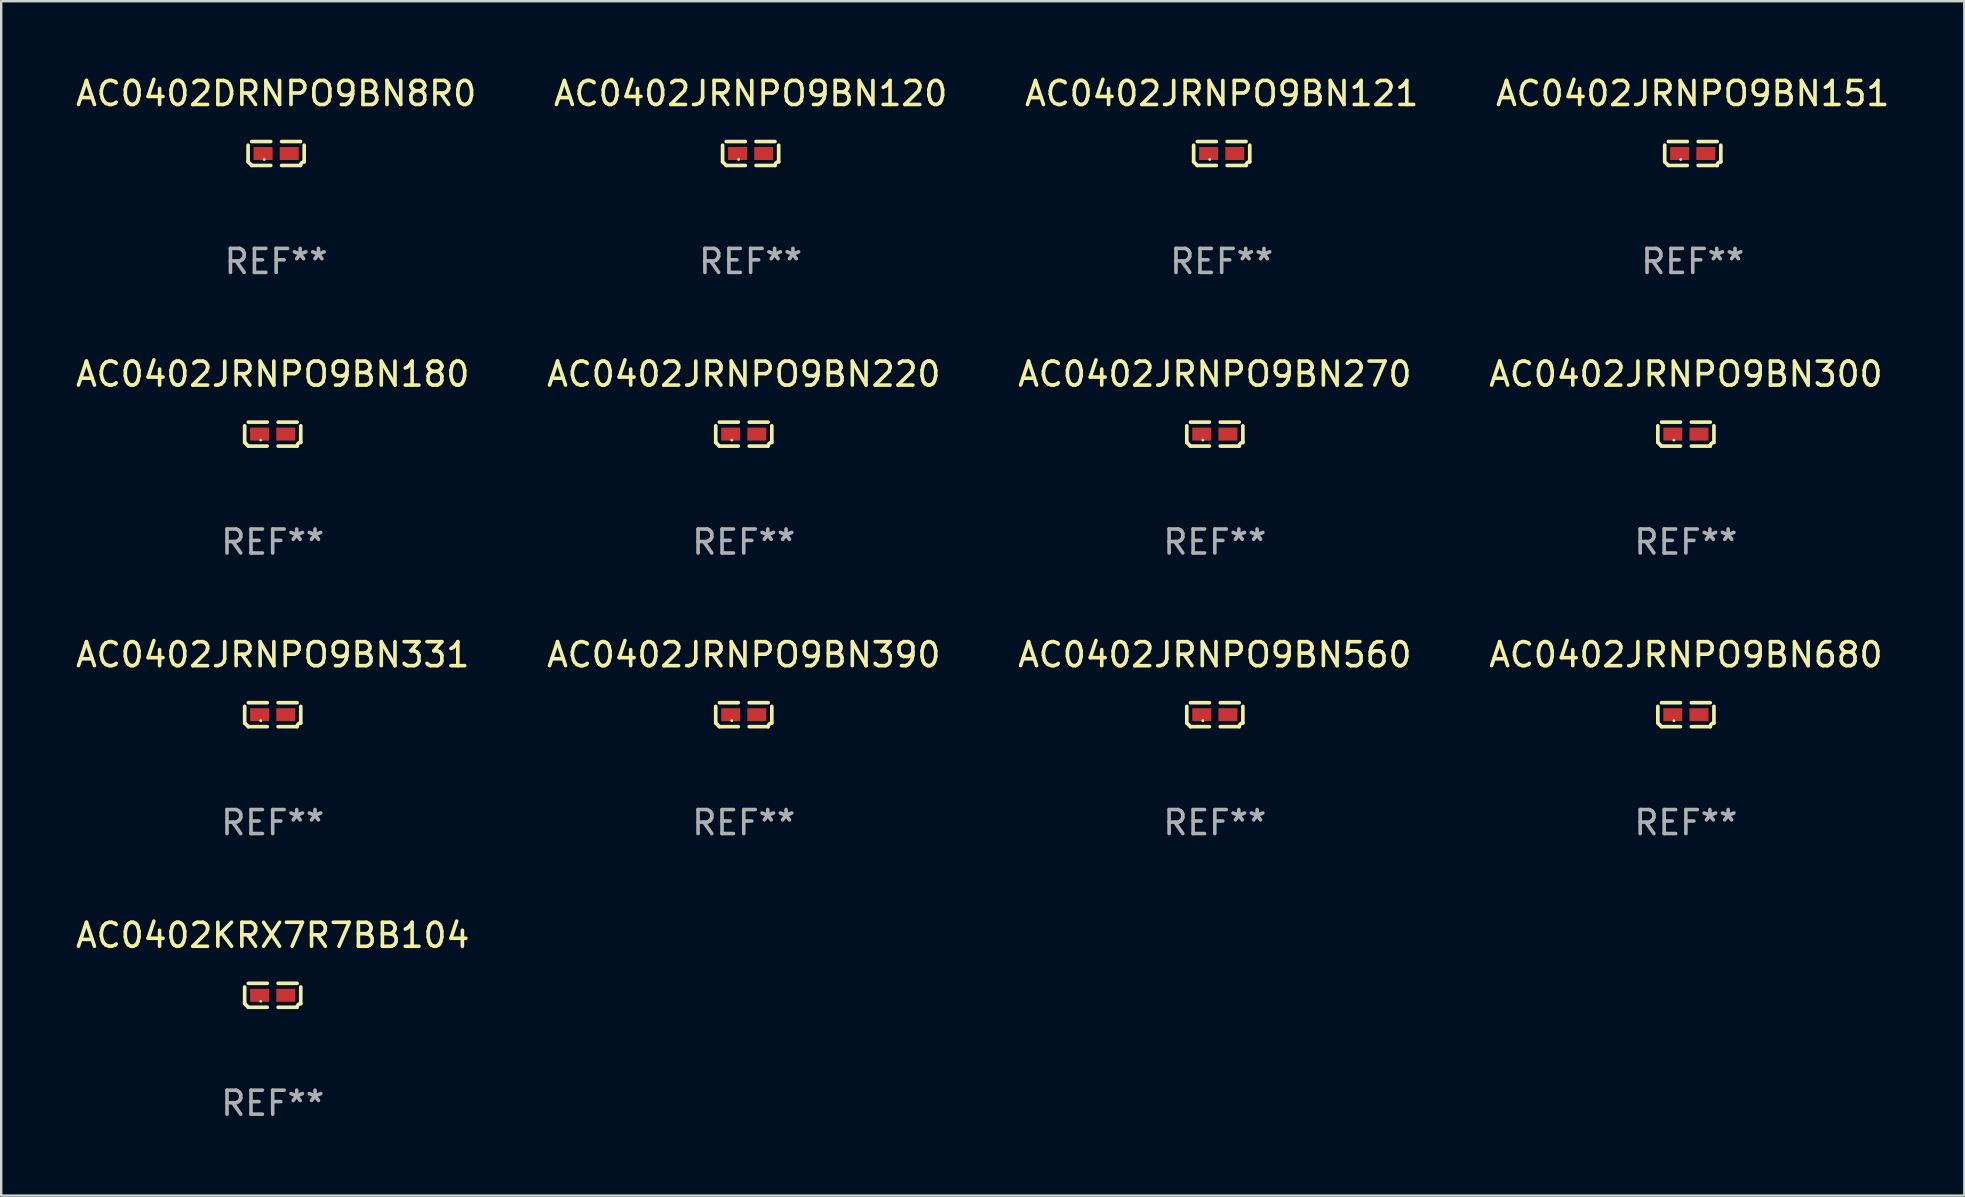
<source format=kicad_pcb>
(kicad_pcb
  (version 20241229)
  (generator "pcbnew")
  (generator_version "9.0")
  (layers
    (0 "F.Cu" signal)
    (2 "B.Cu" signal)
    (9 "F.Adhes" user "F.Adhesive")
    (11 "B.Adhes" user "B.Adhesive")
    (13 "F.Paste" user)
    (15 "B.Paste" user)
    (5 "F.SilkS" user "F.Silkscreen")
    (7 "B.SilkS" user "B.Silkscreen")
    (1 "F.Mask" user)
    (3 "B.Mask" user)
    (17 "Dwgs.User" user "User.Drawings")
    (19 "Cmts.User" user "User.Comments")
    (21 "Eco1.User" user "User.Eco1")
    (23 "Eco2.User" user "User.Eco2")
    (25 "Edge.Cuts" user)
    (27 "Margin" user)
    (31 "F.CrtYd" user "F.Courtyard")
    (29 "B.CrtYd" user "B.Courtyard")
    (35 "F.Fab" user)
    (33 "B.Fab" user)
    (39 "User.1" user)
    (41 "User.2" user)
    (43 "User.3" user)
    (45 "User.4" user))
  (footprint "AC0402JRNPO9BN121"
    (layer "F.Cu")
    (at 47.863 3.347)
    (property "Reference" "AC0402JRNPO9BN121" (at 0 -2.499 0) (layer "F.SilkS") (effects (font (size 1 1) (thickness 0.15))))
    (attr through_hole)
    (fp_line (start -1.169 0.346) (end -1.169 -0.346) (stroke (width 0.152) (type solid)) (layer "F.SilkS"))
    (fp_line (start -1.016 -0.499) (end -0.226 -0.499) (stroke (width 0.152) (type solid)) (layer "F.SilkS"))
    (fp_line (start -0.226 0.499) (end -1.016 0.499) (stroke (width 0.152) (type solid)) (layer "F.SilkS"))
    (fp_line (start 0.226 0.499) (end 1.016 0.499) (stroke (width 0.152) (type solid)) (layer "F.SilkS"))
    (fp_line (start 1.016 -0.499) (end 0.226 -0.499) (stroke (width 0.152) (type solid)) (layer "F.SilkS"))
    (fp_line (start 1.169 0.346) (end 1.169 -0.346) (stroke (width 0.152) (type solid)) (layer "F.SilkS"))
    (fp_arc (start -1.016307 0.498603) (mid -1.092512 0.422405) (end -1.16871 0.3462) (stroke (width 0.1524) (type solid)) (layer "F.SilkS"))
    (fp_arc (start 1.016307 0.498603) (mid 1.060899 0.390758) (end 1.168707 0.346076) (stroke (width 0.1524) (type solid)) (layer "F.SilkS"))
    (fp_circle (center -0.5 0.25) (end -0.47 0.25) (stroke (width 0.06) (type solid)) (fill no) (layer "F.SilkS"))
    (fp_text user "REF**" (at 0 4.499 0) (layer "F.Fab") (effects (font (size 1 1) (thickness 0.15))))
    (pad "1" smd rect (at -0.545 0) (size 0.79 0.54) (layers "F.Cu" "F.Mask" "F.Paste"))
    (pad "2" smd rect (at 0.545 0) (size 0.79 0.54) (layers "F.Cu" "F.Mask" "F.Paste")))
  (footprint "AC0402JRNPO9BN220"
    (layer "F.Cu")
    (at 27.946 15.041)
    (property "Reference" "AC0402JRNPO9BN220" (at 0 -2.499 0) (layer "F.SilkS") (effects (font (size 1 1) (thickness 0.15))))
    (attr through_hole)
    (fp_line (start -1.169 0.346) (end -1.169 -0.346) (stroke (width 0.152) (type solid)) (layer "F.SilkS"))
    (fp_line (start -1.016 -0.499) (end -0.226 -0.499) (stroke (width 0.152) (type solid)) (layer "F.SilkS"))
    (fp_line (start -0.226 0.499) (end -1.016 0.499) (stroke (width 0.152) (type solid)) (layer "F.SilkS"))
    (fp_line (start 0.226 0.499) (end 1.016 0.499) (stroke (width 0.152) (type solid)) (layer "F.SilkS"))
    (fp_line (start 1.016 -0.499) (end 0.226 -0.499) (stroke (width 0.152) (type solid)) (layer "F.SilkS"))
    (fp_line (start 1.169 0.346) (end 1.169 -0.346) (stroke (width 0.152) (type solid)) (layer "F.SilkS"))
    (fp_arc (start -1.016307 0.498603) (mid -1.092512 0.422405) (end -1.16871 0.3462) (stroke (width 0.1524) (type solid)) (layer "F.SilkS"))
    (fp_arc (start 1.016307 0.498603) (mid 1.060899 0.390758) (end 1.168707 0.346076) (stroke (width 0.1524) (type solid)) (layer "F.SilkS"))
    (fp_circle (center -0.5 0.25) (end -0.47 0.25) (stroke (width 0.06) (type solid)) (fill no) (layer "F.SilkS"))
    (fp_text user "REF**" (at 0 4.499 0) (layer "F.Fab") (effects (font (size 1 1) (thickness 0.15))))
    (pad "1" smd rect (at -0.545 0) (size 0.79 0.54) (layers "F.Cu" "F.Mask" "F.Paste"))
    (pad "2" smd rect (at 0.545 0) (size 0.79 0.54) (layers "F.Cu" "F.Mask" "F.Paste")))
  (footprint "AC0402DRNPO9BN8R0"
    (layer "F.Cu")
    (at 8.458 3.347)
    (property "Reference" "AC0402DRNPO9BN8R0" (at 0 -2.499 0) (layer "F.SilkS") (effects (font (size 1 1) (thickness 0.15))))
    (attr through_hole)
    (fp_line (start -1.169 0.346) (end -1.169 -0.346) (stroke (width 0.152) (type solid)) (layer "F.SilkS"))
    (fp_line (start -1.016 -0.499) (end -0.226 -0.499) (stroke (width 0.152) (type solid)) (layer "F.SilkS"))
    (fp_line (start -0.226 0.499) (end -1.016 0.499) (stroke (width 0.152) (type solid)) (layer "F.SilkS"))
    (fp_line (start 0.226 0.499) (end 1.016 0.499) (stroke (width 0.152) (type solid)) (layer "F.SilkS"))
    (fp_line (start 1.016 -0.499) (end 0.226 -0.499) (stroke (width 0.152) (type solid)) (layer "F.SilkS"))
    (fp_line (start 1.169 0.346) (end 1.169 -0.346) (stroke (width 0.152) (type solid)) (layer "F.SilkS"))
    (fp_arc (start -1.016307 0.498603) (mid -1.092512 0.422405) (end -1.16871 0.3462) (stroke (width 0.1524) (type solid)) (layer "F.SilkS"))
    (fp_arc (start 1.016307 0.498603) (mid 1.060899 0.390758) (end 1.168707 0.346076) (stroke (width 0.1524) (type solid)) (layer "F.SilkS"))
    (fp_circle (center -0.5 0.25) (end -0.47 0.25) (stroke (width 0.06) (type solid)) (fill no) (layer "F.SilkS"))
    (fp_text user "REF**" (at 0 4.499 0) (layer "F.Fab") (effects (font (size 1 1) (thickness 0.15))))
    (pad "1" smd rect (at -0.545 0) (size 0.79 0.54) (layers "F.Cu" "F.Mask" "F.Paste"))
    (pad "2" smd rect (at 0.545 0) (size 0.79 0.54) (layers "F.Cu" "F.Mask" "F.Paste")))
  (footprint "AC0402JRNPO9BN331"
    (layer "F.Cu")
    (at 8.315 26.734)
    (property "Reference" "AC0402JRNPO9BN331" (at 0 -2.499 0) (layer "F.SilkS") (effects (font (size 1 1) (thickness 0.15))))
    (attr through_hole)
    (fp_line (start -1.169 0.346) (end -1.169 -0.346) (stroke (width 0.152) (type solid)) (layer "F.SilkS"))
    (fp_line (start -1.016 -0.499) (end -0.226 -0.499) (stroke (width 0.152) (type solid)) (layer "F.SilkS"))
    (fp_line (start -0.226 0.499) (end -1.016 0.499) (stroke (width 0.152) (type solid)) (layer "F.SilkS"))
    (fp_line (start 0.226 0.499) (end 1.016 0.499) (stroke (width 0.152) (type solid)) (layer "F.SilkS"))
    (fp_line (start 1.016 -0.499) (end 0.226 -0.499) (stroke (width 0.152) (type solid)) (layer "F.SilkS"))
    (fp_line (start 1.169 0.346) (end 1.169 -0.346) (stroke (width 0.152) (type solid)) (layer "F.SilkS"))
    (fp_arc (start -1.016307 0.498603) (mid -1.092512 0.422405) (end -1.16871 0.3462) (stroke (width 0.1524) (type solid)) (layer "F.SilkS"))
    (fp_arc (start 1.016307 0.498603) (mid 1.060899 0.390758) (end 1.168707 0.346076) (stroke (width 0.1524) (type solid)) (layer "F.SilkS"))
    (fp_circle (center -0.5 0.25) (end -0.47 0.25) (stroke (width 0.06) (type solid)) (fill no) (layer "F.SilkS"))
    (fp_text user "REF**" (at 0 4.499 0) (layer "F.Fab") (effects (font (size 1 1) (thickness 0.15))))
    (pad "1" smd rect (at -0.545 0) (size 0.79 0.54) (layers "F.Cu" "F.Mask" "F.Paste"))
    (pad "2" smd rect (at 0.545 0) (size 0.79 0.54) (layers "F.Cu" "F.Mask" "F.Paste")))
  (footprint "AC0402JRNPO9BN151"
    (layer "F.Cu")
    (at 67.494 3.347)
    (property "Reference" "AC0402JRNPO9BN151" (at 0 -2.499 0) (layer "F.SilkS") (effects (font (size 1 1) (thickness 0.15))))
    (attr through_hole)
    (fp_line (start -1.169 0.346) (end -1.169 -0.346) (stroke (width 0.152) (type solid)) (layer "F.SilkS"))
    (fp_line (start -1.016 -0.499) (end -0.226 -0.499) (stroke (width 0.152) (type solid)) (layer "F.SilkS"))
    (fp_line (start -0.226 0.499) (end -1.016 0.499) (stroke (width 0.152) (type solid)) (layer "F.SilkS"))
    (fp_line (start 0.226 0.499) (end 1.016 0.499) (stroke (width 0.152) (type solid)) (layer "F.SilkS"))
    (fp_line (start 1.016 -0.499) (end 0.226 -0.499) (stroke (width 0.152) (type solid)) (layer "F.SilkS"))
    (fp_line (start 1.169 0.346) (end 1.169 -0.346) (stroke (width 0.152) (type solid)) (layer "F.SilkS"))
    (fp_arc (start -1.016307 0.498603) (mid -1.092512 0.422405) (end -1.16871 0.3462) (stroke (width 0.1524) (type solid)) (layer "F.SilkS"))
    (fp_arc (start 1.016307 0.498603) (mid 1.060899 0.390758) (end 1.168707 0.346076) (stroke (width 0.1524) (type solid)) (layer "F.SilkS"))
    (fp_circle (center -0.5 0.25) (end -0.47 0.25) (stroke (width 0.06) (type solid)) (fill no) (layer "F.SilkS"))
    (fp_text user "REF**" (at 0 4.499 0) (layer "F.Fab") (effects (font (size 1 1) (thickness 0.15))))
    (pad "1" smd rect (at -0.545 0) (size 0.79 0.54) (layers "F.Cu" "F.Mask" "F.Paste"))
    (pad "2" smd rect (at 0.545 0) (size 0.79 0.54) (layers "F.Cu" "F.Mask" "F.Paste")))
  (footprint "AC0402JRNPO9BN680"
    (layer "F.Cu")
    (at 67.208 26.734)
    (property "Reference" "AC0402JRNPO9BN680" (at 0 -2.499 0) (layer "F.SilkS") (effects (font (size 1 1) (thickness 0.15))))
    (attr through_hole)
    (fp_line (start -1.169 0.346) (end -1.169 -0.346) (stroke (width 0.152) (type solid)) (layer "F.SilkS"))
    (fp_line (start -1.016 -0.499) (end -0.226 -0.499) (stroke (width 0.152) (type solid)) (layer "F.SilkS"))
    (fp_line (start -0.226 0.499) (end -1.016 0.499) (stroke (width 0.152) (type solid)) (layer "F.SilkS"))
    (fp_line (start 0.226 0.499) (end 1.016 0.499) (stroke (width 0.152) (type solid)) (layer "F.SilkS"))
    (fp_line (start 1.016 -0.499) (end 0.226 -0.499) (stroke (width 0.152) (type solid)) (layer "F.SilkS"))
    (fp_line (start 1.169 0.346) (end 1.169 -0.346) (stroke (width 0.152) (type solid)) (layer "F.SilkS"))
    (fp_arc (start -1.016307 0.498603) (mid -1.092512 0.422405) (end -1.16871 0.3462) (stroke (width 0.1524) (type solid)) (layer "F.SilkS"))
    (fp_arc (start 1.016307 0.498603) (mid 1.060899 0.390758) (end 1.168707 0.346076) (stroke (width 0.1524) (type solid)) (layer "F.SilkS"))
    (fp_circle (center -0.5 0.25) (end -0.47 0.25) (stroke (width 0.06) (type solid)) (fill no) (layer "F.SilkS"))
    (fp_text user "REF**" (at 0 4.499 0) (layer "F.Fab") (effects (font (size 1 1) (thickness 0.15))))
    (pad "1" smd rect (at -0.545 0) (size 0.79 0.54) (layers "F.Cu" "F.Mask" "F.Paste"))
    (pad "2" smd rect (at 0.545 0) (size 0.79 0.54) (layers "F.Cu" "F.Mask" "F.Paste")))
  (footprint "AC0402JRNPO9BN270"
    (layer "F.Cu")
    (at 47.577 15.041)
    (property "Reference" "AC0402JRNPO9BN270" (at 0 -2.499 0) (layer "F.SilkS") (effects (font (size 1 1) (thickness 0.15))))
    (attr through_hole)
    (fp_line (start -1.169 0.346) (end -1.169 -0.346) (stroke (width 0.152) (type solid)) (layer "F.SilkS"))
    (fp_line (start -1.016 -0.499) (end -0.226 -0.499) (stroke (width 0.152) (type solid)) (layer "F.SilkS"))
    (fp_line (start -0.226 0.499) (end -1.016 0.499) (stroke (width 0.152) (type solid)) (layer "F.SilkS"))
    (fp_line (start 0.226 0.499) (end 1.016 0.499) (stroke (width 0.152) (type solid)) (layer "F.SilkS"))
    (fp_line (start 1.016 -0.499) (end 0.226 -0.499) (stroke (width 0.152) (type solid)) (layer "F.SilkS"))
    (fp_line (start 1.169 0.346) (end 1.169 -0.346) (stroke (width 0.152) (type solid)) (layer "F.SilkS"))
    (fp_arc (start -1.016307 0.498603) (mid -1.092512 0.422405) (end -1.16871 0.3462) (stroke (width 0.1524) (type solid)) (layer "F.SilkS"))
    (fp_arc (start 1.016307 0.498603) (mid 1.060899 0.390758) (end 1.168707 0.346076) (stroke (width 0.1524) (type solid)) (layer "F.SilkS"))
    (fp_circle (center -0.5 0.25) (end -0.47 0.25) (stroke (width 0.06) (type solid)) (fill no) (layer "F.SilkS"))
    (fp_text user "REF**" (at 0 4.499 0) (layer "F.Fab") (effects (font (size 1 1) (thickness 0.15))))
    (pad "1" smd rect (at -0.545 0) (size 0.79 0.54) (layers "F.Cu" "F.Mask" "F.Paste"))
    (pad "2" smd rect (at 0.545 0) (size 0.79 0.54) (layers "F.Cu" "F.Mask" "F.Paste")))
  (footprint "AC0402JRNPO9BN390"
    (layer "F.Cu")
    (at 27.946 26.734)
    (property "Reference" "AC0402JRNPO9BN390" (at 0 -2.499 0) (layer "F.SilkS") (effects (font (size 1 1) (thickness 0.15))))
    (attr through_hole)
    (fp_line (start -1.169 0.346) (end -1.169 -0.346) (stroke (width 0.152) (type solid)) (layer "F.SilkS"))
    (fp_line (start -1.016 -0.499) (end -0.226 -0.499) (stroke (width 0.152) (type solid)) (layer "F.SilkS"))
    (fp_line (start -0.226 0.499) (end -1.016 0.499) (stroke (width 0.152) (type solid)) (layer "F.SilkS"))
    (fp_line (start 0.226 0.499) (end 1.016 0.499) (stroke (width 0.152) (type solid)) (layer "F.SilkS"))
    (fp_line (start 1.016 -0.499) (end 0.226 -0.499) (stroke (width 0.152) (type solid)) (layer "F.SilkS"))
    (fp_line (start 1.169 0.346) (end 1.169 -0.346) (stroke (width 0.152) (type solid)) (layer "F.SilkS"))
    (fp_arc (start -1.016307 0.498603) (mid -1.092512 0.422405) (end -1.16871 0.3462) (stroke (width 0.1524) (type solid)) (layer "F.SilkS"))
    (fp_arc (start 1.016307 0.498603) (mid 1.060899 0.390758) (end 1.168707 0.346076) (stroke (width 0.1524) (type solid)) (layer "F.SilkS"))
    (fp_circle (center -0.5 0.25) (end -0.47 0.25) (stroke (width 0.06) (type solid)) (fill no) (layer "F.SilkS"))
    (fp_text user "REF**" (at 0 4.499 0) (layer "F.Fab") (effects (font (size 1 1) (thickness 0.15))))
    (pad "1" smd rect (at -0.545 0) (size 0.79 0.54) (layers "F.Cu" "F.Mask" "F.Paste"))
    (pad "2" smd rect (at 0.545 0) (size 0.79 0.54) (layers "F.Cu" "F.Mask" "F.Paste")))
  (footprint "AC0402JRNPO9BN180"
    (layer "F.Cu")
    (at 8.315 15.041)
    (property "Reference" "AC0402JRNPO9BN180" (at 0 -2.499 0) (layer "F.SilkS") (effects (font (size 1 1) (thickness 0.15))))
    (attr through_hole)
    (fp_line (start -1.169 0.346) (end -1.169 -0.346) (stroke (width 0.152) (type solid)) (layer "F.SilkS"))
    (fp_line (start -1.016 -0.499) (end -0.226 -0.499) (stroke (width 0.152) (type solid)) (layer "F.SilkS"))
    (fp_line (start -0.226 0.499) (end -1.016 0.499) (stroke (width 0.152) (type solid)) (layer "F.SilkS"))
    (fp_line (start 0.226 0.499) (end 1.016 0.499) (stroke (width 0.152) (type solid)) (layer "F.SilkS"))
    (fp_line (start 1.016 -0.499) (end 0.226 -0.499) (stroke (width 0.152) (type solid)) (layer "F.SilkS"))
    (fp_line (start 1.169 0.346) (end 1.169 -0.346) (stroke (width 0.152) (type solid)) (layer "F.SilkS"))
    (fp_arc (start -1.016307 0.498603) (mid -1.092512 0.422405) (end -1.16871 0.3462) (stroke (width 0.1524) (type solid)) (layer "F.SilkS"))
    (fp_arc (start 1.016307 0.498603) (mid 1.060899 0.390758) (end 1.168707 0.346076) (stroke (width 0.1524) (type solid)) (layer "F.SilkS"))
    (fp_circle (center -0.5 0.25) (end -0.47 0.25) (stroke (width 0.06) (type solid)) (fill no) (layer "F.SilkS"))
    (fp_text user "REF**" (at 0 4.499 0) (layer "F.Fab") (effects (font (size 1 1) (thickness 0.15))))
    (pad "1" smd rect (at -0.545 0) (size 0.79 0.54) (layers "F.Cu" "F.Mask" "F.Paste"))
    (pad "2" smd rect (at 0.545 0) (size 0.79 0.54) (layers "F.Cu" "F.Mask" "F.Paste")))
  (footprint "AC0402KRX7R7BB104"
    (layer "F.Cu")
    (at 8.315 38.428)
    (property "Reference" "AC0402KRX7R7BB104" (at 0 -2.499 0) (layer "F.SilkS") (effects (font (size 1 1) (thickness 0.15))))
    (attr through_hole)
    (fp_line (start -1.169 0.346) (end -1.169 -0.346) (stroke (width 0.152) (type solid)) (layer "F.SilkS"))
    (fp_line (start -1.016 -0.499) (end -0.226 -0.499) (stroke (width 0.152) (type solid)) (layer "F.SilkS"))
    (fp_line (start -0.226 0.499) (end -1.016 0.499) (stroke (width 0.152) (type solid)) (layer "F.SilkS"))
    (fp_line (start 0.226 0.499) (end 1.016 0.499) (stroke (width 0.152) (type solid)) (layer "F.SilkS"))
    (fp_line (start 1.016 -0.499) (end 0.226 -0.499) (stroke (width 0.152) (type solid)) (layer "F.SilkS"))
    (fp_line (start 1.169 0.346) (end 1.169 -0.346) (stroke (width 0.152) (type solid)) (layer "F.SilkS"))
    (fp_arc (start -1.016307 0.498603) (mid -1.092512 0.422405) (end -1.16871 0.3462) (stroke (width 0.1524) (type solid)) (layer "F.SilkS"))
    (fp_arc (start 1.016307 0.498603) (mid 1.060899 0.390758) (end 1.168707 0.346076) (stroke (width 0.1524) (type solid)) (layer "F.SilkS"))
    (fp_circle (center -0.5 0.25) (end -0.47 0.25) (stroke (width 0.06) (type solid)) (fill no) (layer "F.SilkS"))
    (fp_text user "REF**" (at 0 4.499 0) (layer "F.Fab") (effects (font (size 1 1) (thickness 0.15))))
    (pad "1" smd rect (at -0.545 0) (size 0.79 0.54) (layers "F.Cu" "F.Mask" "F.Paste"))
    (pad "2" smd rect (at 0.545 0) (size 0.79 0.54) (layers "F.Cu" "F.Mask" "F.Paste")))
  (footprint "AC0402JRNPO9BN300"
    (layer "F.Cu")
    (at 67.208 15.041)
    (property "Reference" "AC0402JRNPO9BN300" (at 0 -2.499 0) (layer "F.SilkS") (effects (font (size 1 1) (thickness 0.15))))
    (attr through_hole)
    (fp_line (start -1.169 0.346) (end -1.169 -0.346) (stroke (width 0.152) (type solid)) (layer "F.SilkS"))
    (fp_line (start -1.016 -0.499) (end -0.226 -0.499) (stroke (width 0.152) (type solid)) (layer "F.SilkS"))
    (fp_line (start -0.226 0.499) (end -1.016 0.499) (stroke (width 0.152) (type solid)) (layer "F.SilkS"))
    (fp_line (start 0.226 0.499) (end 1.016 0.499) (stroke (width 0.152) (type solid)) (layer "F.SilkS"))
    (fp_line (start 1.016 -0.499) (end 0.226 -0.499) (stroke (width 0.152) (type solid)) (layer "F.SilkS"))
    (fp_line (start 1.169 0.346) (end 1.169 -0.346) (stroke (width 0.152) (type solid)) (layer "F.SilkS"))
    (fp_arc (start -1.016307 0.498603) (mid -1.092512 0.422405) (end -1.16871 0.3462) (stroke (width 0.1524) (type solid)) (layer "F.SilkS"))
    (fp_arc (start 1.016307 0.498603) (mid 1.060899 0.390758) (end 1.168707 0.346076) (stroke (width 0.1524) (type solid)) (layer "F.SilkS"))
    (fp_circle (center -0.5 0.25) (end -0.47 0.25) (stroke (width 0.06) (type solid)) (fill no) (layer "F.SilkS"))
    (fp_text user "REF**" (at 0 4.499 0) (layer "F.Fab") (effects (font (size 1 1) (thickness 0.15))))
    (pad "1" smd rect (at -0.545 0) (size 0.79 0.54) (layers "F.Cu" "F.Mask" "F.Paste"))
    (pad "2" smd rect (at 0.545 0) (size 0.79 0.54) (layers "F.Cu" "F.Mask" "F.Paste")))
  (footprint "AC0402JRNPO9BN120"
    (layer "F.Cu")
    (at 28.232 3.347)
    (property "Reference" "AC0402JRNPO9BN120" (at 0 -2.499 0) (layer "F.SilkS") (effects (font (size 1 1) (thickness 0.15))))
    (attr through_hole)
    (fp_line (start -1.169 0.346) (end -1.169 -0.346) (stroke (width 0.152) (type solid)) (layer "F.SilkS"))
    (fp_line (start -1.016 -0.499) (end -0.226 -0.499) (stroke (width 0.152) (type solid)) (layer "F.SilkS"))
    (fp_line (start -0.226 0.499) (end -1.016 0.499) (stroke (width 0.152) (type solid)) (layer "F.SilkS"))
    (fp_line (start 0.226 0.499) (end 1.016 0.499) (stroke (width 0.152) (type solid)) (layer "F.SilkS"))
    (fp_line (start 1.016 -0.499) (end 0.226 -0.499) (stroke (width 0.152) (type solid)) (layer "F.SilkS"))
    (fp_line (start 1.169 0.346) (end 1.169 -0.346) (stroke (width 0.152) (type solid)) (layer "F.SilkS"))
    (fp_arc (start -1.016307 0.498603) (mid -1.092512 0.422405) (end -1.16871 0.3462) (stroke (width 0.1524) (type solid)) (layer "F.SilkS"))
    (fp_arc (start 1.016307 0.498603) (mid 1.060899 0.390758) (end 1.168707 0.346076) (stroke (width 0.1524) (type solid)) (layer "F.SilkS"))
    (fp_circle (center -0.5 0.25) (end -0.47 0.25) (stroke (width 0.06) (type solid)) (fill no) (layer "F.SilkS"))
    (fp_text user "REF**" (at 0 4.499 0) (layer "F.Fab") (effects (font (size 1 1) (thickness 0.15))))
    (pad "1" smd rect (at -0.545 0) (size 0.79 0.54) (layers "F.Cu" "F.Mask" "F.Paste"))
    (pad "2" smd rect (at 0.545 0) (size 0.79 0.54) (layers "F.Cu" "F.Mask" "F.Paste")))
  (footprint "AC0402JRNPO9BN560"
    (layer "F.Cu")
    (at 47.577 26.734)
    (property "Reference" "AC0402JRNPO9BN560" (at 0 -2.499 0) (layer "F.SilkS") (effects (font (size 1 1) (thickness 0.15))))
    (attr through_hole)
    (fp_line (start -1.169 0.346) (end -1.169 -0.346) (stroke (width 0.152) (type solid)) (layer "F.SilkS"))
    (fp_line (start -1.016 -0.499) (end -0.226 -0.499) (stroke (width 0.152) (type solid)) (layer "F.SilkS"))
    (fp_line (start -0.226 0.499) (end -1.016 0.499) (stroke (width 0.152) (type solid)) (layer "F.SilkS"))
    (fp_line (start 0.226 0.499) (end 1.016 0.499) (stroke (width 0.152) (type solid)) (layer "F.SilkS"))
    (fp_line (start 1.016 -0.499) (end 0.226 -0.499) (stroke (width 0.152) (type solid)) (layer "F.SilkS"))
    (fp_line (start 1.169 0.346) (end 1.169 -0.346) (stroke (width 0.152) (type solid)) (layer "F.SilkS"))
    (fp_arc (start -1.016307 0.498603) (mid -1.092512 0.422405) (end -1.16871 0.3462) (stroke (width 0.1524) (type solid)) (layer "F.SilkS"))
    (fp_arc (start 1.016307 0.498603) (mid 1.060899 0.390758) (end 1.168707 0.346076) (stroke (width 0.1524) (type solid)) (layer "F.SilkS"))
    (fp_circle (center -0.5 0.25) (end -0.47 0.25) (stroke (width 0.06) (type solid)) (fill no) (layer "F.SilkS"))
    (fp_text user "REF**" (at 0 4.499 0) (layer "F.Fab") (effects (font (size 1 1) (thickness 0.15))))
    (pad "1" smd rect (at -0.545 0) (size 0.79 0.54) (layers "F.Cu" "F.Mask" "F.Paste"))
    (pad "2" smd rect (at 0.545 0) (size 0.79 0.54) (layers "F.Cu" "F.Mask" "F.Paste")))
  (gr_rect
    (start -3 -3)
    (end 78.81 46.775)
    (stroke (width 0.1) (type default))
    (fill no)
    (layer "Edge.Cuts")))
</source>
